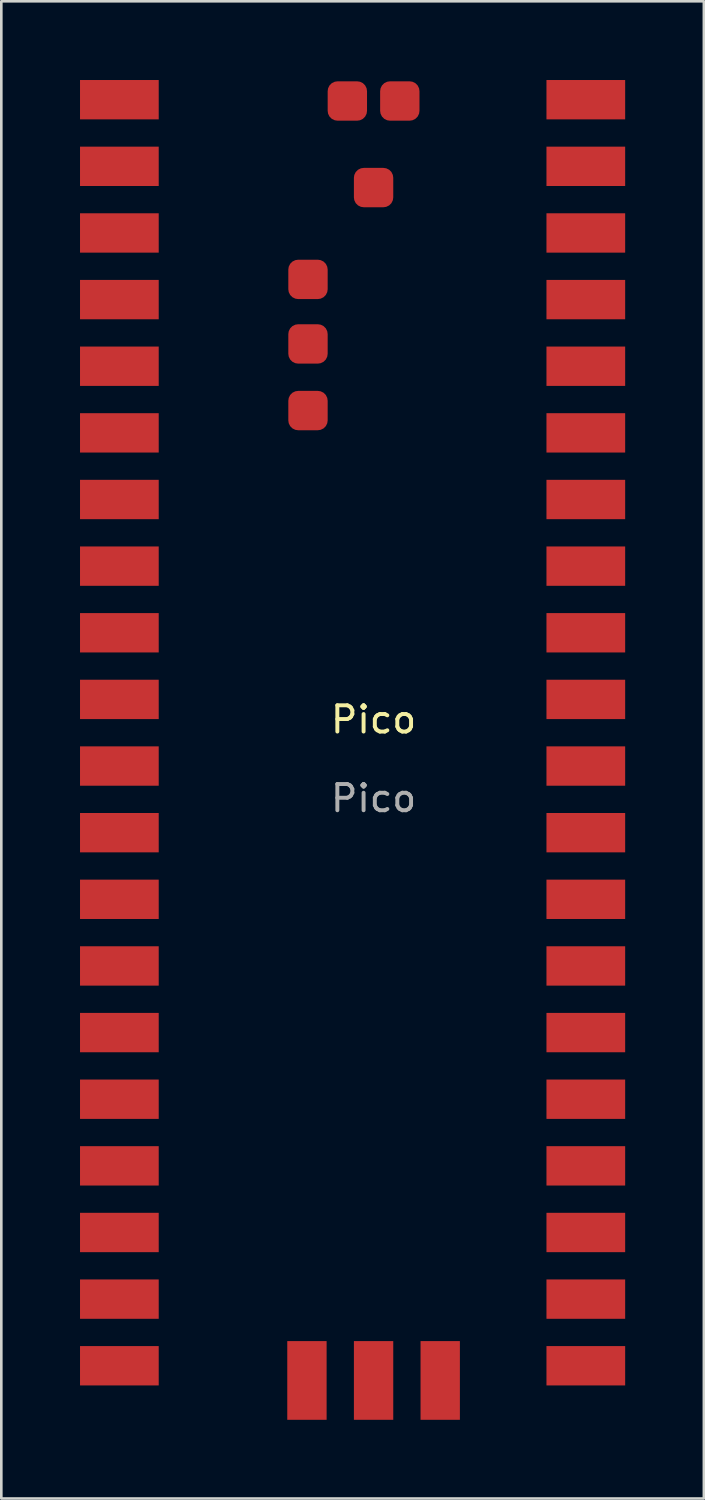
<source format=kicad_pcb>
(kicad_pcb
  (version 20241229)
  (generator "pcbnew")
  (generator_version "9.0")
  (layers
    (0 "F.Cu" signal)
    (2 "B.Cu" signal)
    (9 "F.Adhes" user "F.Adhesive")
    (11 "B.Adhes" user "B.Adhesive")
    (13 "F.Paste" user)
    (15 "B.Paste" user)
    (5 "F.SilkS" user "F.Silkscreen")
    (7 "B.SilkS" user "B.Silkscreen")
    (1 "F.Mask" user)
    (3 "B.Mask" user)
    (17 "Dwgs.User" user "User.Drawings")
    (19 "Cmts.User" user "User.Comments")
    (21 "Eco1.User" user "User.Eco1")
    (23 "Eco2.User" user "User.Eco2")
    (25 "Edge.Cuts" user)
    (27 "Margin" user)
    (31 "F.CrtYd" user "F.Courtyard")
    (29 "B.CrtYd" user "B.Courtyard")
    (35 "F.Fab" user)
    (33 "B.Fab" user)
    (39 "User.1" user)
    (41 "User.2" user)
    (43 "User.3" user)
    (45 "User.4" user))
  (footprint "Pico"
    (layer "F.Cu")
    (at 11.19 24.88)
    (property "Reference" "Pico" (at 0 -0.5 0) (unlocked yes) (layer "F.SilkS") (effects (font (size 1 1) (thickness 0.15))))
    (attr smd)
    (fp_text user "${REFERENCE}" (at 0 2.5 0) (unlocked yes) (layer "F.Fab") (effects (font (size 1 1) (thickness 0.15))))
    (pad "1" smd rect (at -9.69 -24.13) (size 3 1.5) (layers "F.Cu" "F.Mask" "F.Paste"))
    (pad "2" smd rect (at -9.69 -21.59) (size 3 1.5) (layers "F.Cu" "F.Mask" "F.Paste"))
    (pad "3" smd rect (at -9.69 -19.05) (size 3 1.5) (layers "F.Cu" "F.Mask" "F.Paste"))
    (pad "4" smd rect (at -9.69 -16.51) (size 3 1.5) (layers "F.Cu" "F.Mask" "F.Paste"))
    (pad "5" smd rect (at -9.69 -13.97) (size 3 1.5) (layers "F.Cu" "F.Mask" "F.Paste"))
    (pad "6" smd rect (at -9.69 -11.43) (size 3 1.5) (layers "F.Cu" "F.Mask" "F.Paste"))
    (pad "7" smd rect (at -9.69 -8.89) (size 3 1.5) (layers "F.Cu" "F.Mask" "F.Paste"))
    (pad "8" smd rect (at -9.69 -6.35) (size 3 1.5) (layers "F.Cu" "F.Mask" "F.Paste"))
    (pad "9" smd rect (at -9.69 -3.81) (size 3 1.5) (layers "F.Cu" "F.Mask" "F.Paste"))
    (pad "10" smd rect (at -9.69 -1.27) (size 3 1.5) (layers "F.Cu" "F.Mask" "F.Paste"))
    (pad "11" smd rect (at -9.69 1.27) (size 3 1.5) (layers "F.Cu" "F.Mask" "F.Paste"))
    (pad "12" smd rect (at -9.69 3.81) (size 3 1.5) (layers "F.Cu" "F.Mask" "F.Paste"))
    (pad "13" smd rect (at -9.69 6.35) (size 3 1.5) (layers "F.Cu" "F.Mask" "F.Paste"))
    (pad "14" smd rect (at -9.69 8.89) (size 3 1.5) (layers "F.Cu" "F.Mask" "F.Paste"))
    (pad "15" smd rect (at -9.69 11.43) (size 3 1.5) (layers "F.Cu" "F.Mask" "F.Paste"))
    (pad "16" smd rect (at -9.69 13.97) (size 3 1.5) (layers "F.Cu" "F.Mask" "F.Paste"))
    (pad "17" smd rect (at -9.69 16.51) (size 3 1.5) (layers "F.Cu" "F.Mask" "F.Paste"))
    (pad "18" smd rect (at -9.69 19.05) (size 3 1.5) (layers "F.Cu" "F.Mask" "F.Paste"))
    (pad "19" smd rect (at -9.69 21.59) (size 3 1.5) (layers "F.Cu" "F.Mask" "F.Paste"))
    (pad "20" smd rect (at -9.69 24.13) (size 3 1.5) (layers "F.Cu" "F.Mask" "F.Paste"))
    (pad "21" smd rect (at 8.09 24.13) (size 3 1.5) (layers "F.Cu" "F.Mask" "F.Paste"))
    (pad "22" smd rect (at 8.09 21.59) (size 3 1.5) (layers "F.Cu" "F.Mask" "F.Paste"))
    (pad "23" smd rect (at 8.09 19.05) (size 3 1.5) (layers "F.Cu" "F.Mask" "F.Paste"))
    (pad "24" smd rect (at 8.09 16.51) (size 3 1.5) (layers "F.Cu" "F.Mask" "F.Paste"))
    (pad "25" smd rect (at 8.09 13.97) (size 3 1.5) (layers "F.Cu" "F.Mask" "F.Paste"))
    (pad "26" smd rect (at 8.09 11.43) (size 3 1.5) (layers "F.Cu" "F.Mask" "F.Paste"))
    (pad "27" smd rect (at 8.09 8.89) (size 3 1.5) (layers "F.Cu" "F.Mask" "F.Paste"))
    (pad "28" smd rect (at 8.09 6.35) (size 3 1.5) (layers "F.Cu" "F.Mask" "F.Paste"))
    (pad "29" smd rect (at 8.09 3.81) (size 3 1.5) (layers "F.Cu" "F.Mask" "F.Paste"))
    (pad "30" smd rect (at 8.09 1.27) (size 3 1.5) (layers "F.Cu" "F.Mask" "F.Paste"))
    (pad "31" smd rect (at 8.09 -1.27) (size 3 1.5) (layers "F.Cu" "F.Mask" "F.Paste"))
    (pad "32" smd rect (at 8.09 -3.81) (size 3 1.5) (layers "F.Cu" "F.Mask" "F.Paste"))
    (pad "33" smd rect (at 8.09 -6.35) (size 3 1.5) (layers "F.Cu" "F.Mask" "F.Paste"))
    (pad "34" smd rect (at 8.09 -8.89) (size 3 1.5) (layers "F.Cu" "F.Mask" "F.Paste"))
    (pad "35" smd rect (at 8.09 -11.43) (size 3 1.5) (layers "F.Cu" "F.Mask" "F.Paste"))
    (pad "36" smd rect (at 8.09 -13.97) (size 3 1.5) (layers "F.Cu" "F.Mask" "F.Paste"))
    (pad "37" smd rect (at 8.09 -16.51) (size 3 1.5) (layers "F.Cu" "F.Mask" "F.Paste"))
    (pad "38" smd rect (at 8.09 -19.05) (size 3 1.5) (layers "F.Cu" "F.Mask" "F.Paste"))
    (pad "39" smd rect (at 8.09 -21.59) (size 3 1.5) (layers "F.Cu" "F.Mask" "F.Paste"))
    (pad "40" smd rect (at 8.09 -24.13) (size 3 1.5) (layers "F.Cu" "F.Mask" "F.Paste"))
    (pad "41" smd rect (at -2.54 24.69) (size 1.5 3) (layers "F.Cu" "F.Mask" "F.Paste"))
    (pad "42" smd rect (at 0 24.69) (size 1.5 3) (layers "F.Cu" "F.Mask" "F.Paste"))
    (pad "43" smd rect (at 2.54 24.69) (size 1.5 3) (layers "F.Cu" "F.Mask" "F.Paste"))
    (pad "44" smd roundrect (at 0 -20.78) (size 1.5 1.5) (layers "F.Cu" "F.Mask" "F.Paste") (roundrect_rratio 0.25))
    (pad "45" smd roundrect (at 1 -24.08) (size 1.5 1.5) (layers "F.Cu" "F.Mask" "F.Paste") (roundrect_rratio 0.25))
    (pad "46" smd roundrect (at -1 -24.08) (size 1.5 1.5) (layers "F.Cu" "F.Mask" "F.Paste") (roundrect_rratio 0.25))
    (pad "47" smd roundrect (at -2.5 -17.28) (size 1.5 1.5) (layers "F.Cu" "F.Mask" "F.Paste") (roundrect_rratio 0.25))
    (pad "48" smd roundrect (at -2.5 -14.82) (size 1.5 1.5) (layers "F.Cu" "F.Mask" "F.Paste") (roundrect_rratio 0.25))
    (pad "49" smd roundrect (at -2.5 -12.28) (size 1.5 1.5) (layers "F.Cu" "F.Mask" "F.Paste") (roundrect_rratio 0.25)))
  (gr_rect
    (start -3 -3)
    (end 23.78 54.07)
    (stroke (width 0.1) (type default))
    (fill no)
    (layer "Edge.Cuts")))
</source>
